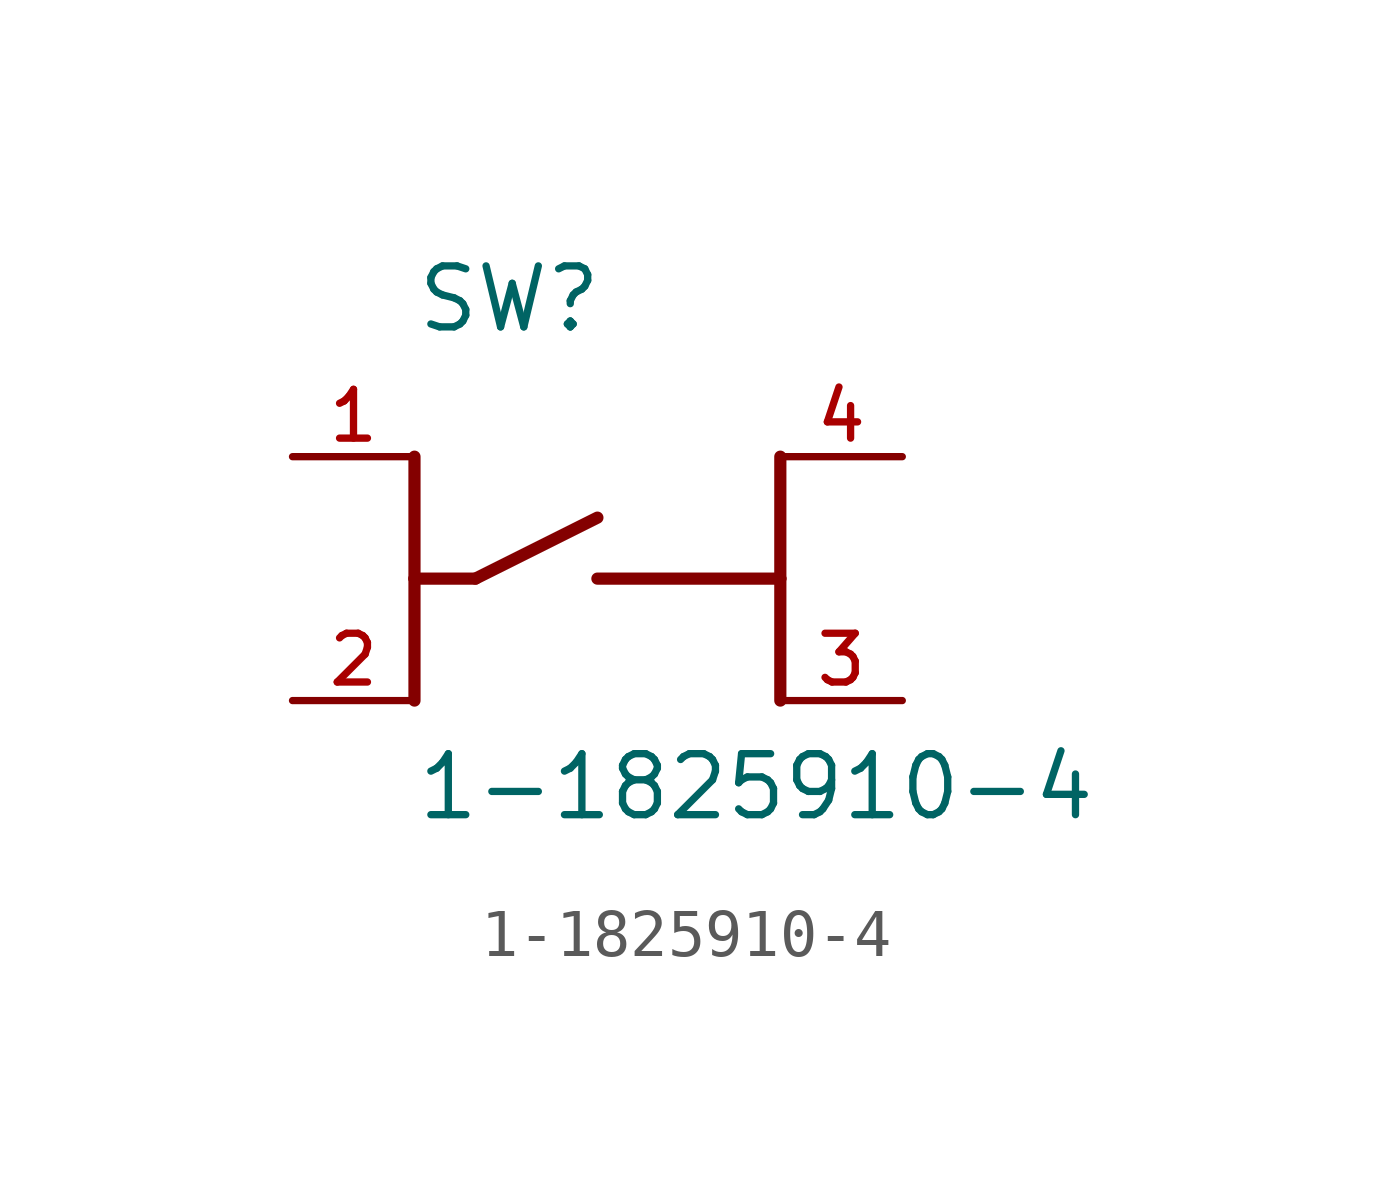
<source format=kicad_sym>
(kicad_symbol_lib
  (version 20220914)
  (generator kicad_symbol_editor)
  (symbol "1-1825910-4"
    (pin_names
      (offset 1.016) hide)
    (property "Reference" "SW"
      (at -2.54 5.08 0)
      (effects (font (size 1.27 1.27)) (justify left bottom)))
    (property "Value" "1-1825910-4"
      (at -2.54 -5.08 0)
      (effects (font (size 1.27 1.27)) (justify left bottom)))
    (property "ki_locked" ""
      (at 0 0 0)
      (effects (font (size 1.27 1.27))))
    (symbol "1-1825910-4_0_0"
      (polyline (pts (xy -2.54 0) (xy -2.54 -2.54)) (stroke (width 0.254) (type solid)) (fill (type none)))
      (polyline (pts (xy -2.54 0) (xy -1.27 0)) (stroke (width 0.254) (type solid)) (fill (type none)))
      (polyline (pts (xy -2.54 2.54) (xy -2.54 0)) (stroke (width 0.254) (type solid)) (fill (type none)))
      (polyline (pts (xy -1.27 0) (xy 1.27 1.27)) (stroke (width 0.254) (type solid)) (fill (type none)))
      (polyline (pts (xy 1.27 0) (xy 5.08 0)) (stroke (width 0.254) (type solid)) (fill (type none)))
      (polyline (pts (xy 5.08 0) (xy 5.08 -2.54)) (stroke (width 0.254) (type solid)) (fill (type none)))
      (polyline (pts (xy 5.08 2.54) (xy 5.08 0)) (stroke (width 0.254) (type solid)) (fill (type none)))
      (pin passive line (at -5.08 2.54 0) (length 2.54) (name "~" (effects (font (size 1.016 1.016)))) (number "1" (effects (font (size 1.016 1.016)))))
      (pin passive line (at -5.08 -2.54 0) (length 2.54) (name "~" (effects (font (size 1.016 1.016)))) (number "2" (effects (font (size 1.016 1.016)))))
      (pin passive line (at 7.62 -2.54 180) (length 2.54) (name "~" (effects (font (size 1.016 1.016)))) (number "3" (effects (font (size 1.016 1.016)))))
      (pin passive line (at 7.62 2.54 180) (length 2.54) (name "~" (effects (font (size 1.016 1.016)))) (number "4" (effects (font (size 1.016 1.016))))))))
</source>
